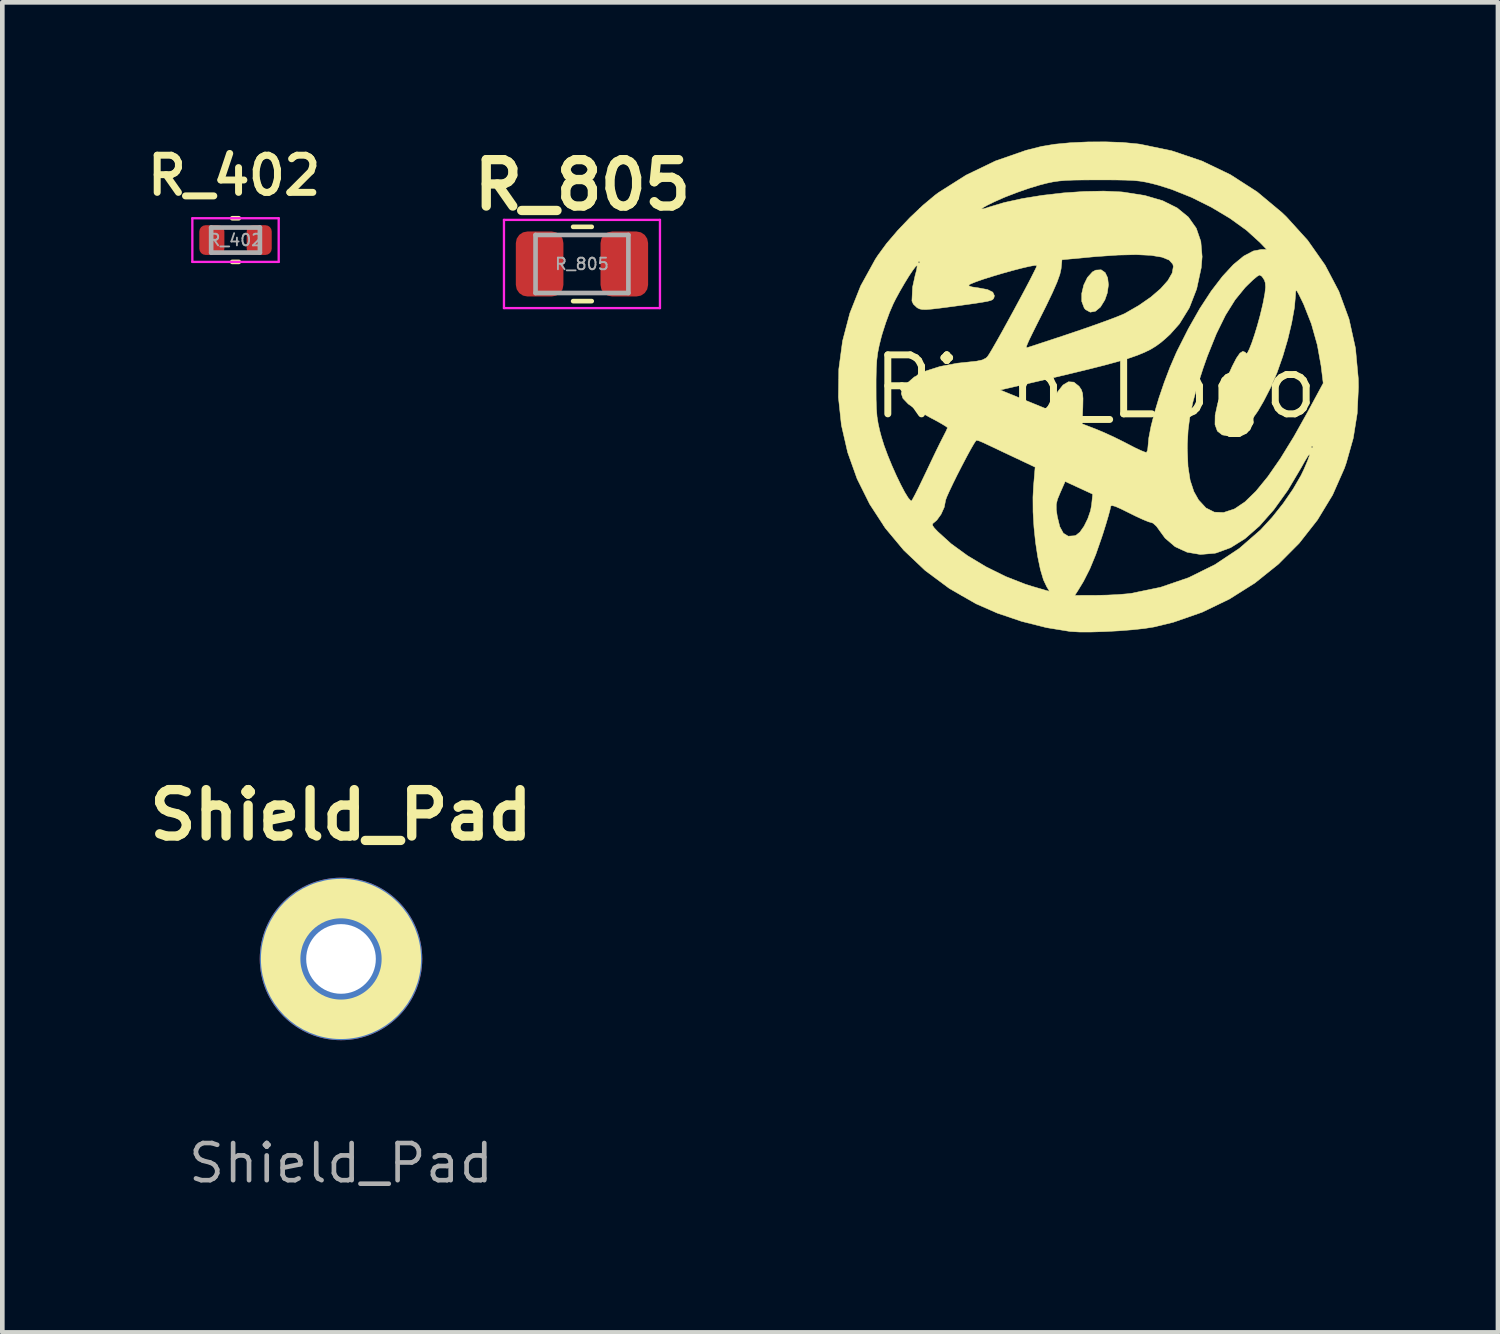
<source format=kicad_pcb>
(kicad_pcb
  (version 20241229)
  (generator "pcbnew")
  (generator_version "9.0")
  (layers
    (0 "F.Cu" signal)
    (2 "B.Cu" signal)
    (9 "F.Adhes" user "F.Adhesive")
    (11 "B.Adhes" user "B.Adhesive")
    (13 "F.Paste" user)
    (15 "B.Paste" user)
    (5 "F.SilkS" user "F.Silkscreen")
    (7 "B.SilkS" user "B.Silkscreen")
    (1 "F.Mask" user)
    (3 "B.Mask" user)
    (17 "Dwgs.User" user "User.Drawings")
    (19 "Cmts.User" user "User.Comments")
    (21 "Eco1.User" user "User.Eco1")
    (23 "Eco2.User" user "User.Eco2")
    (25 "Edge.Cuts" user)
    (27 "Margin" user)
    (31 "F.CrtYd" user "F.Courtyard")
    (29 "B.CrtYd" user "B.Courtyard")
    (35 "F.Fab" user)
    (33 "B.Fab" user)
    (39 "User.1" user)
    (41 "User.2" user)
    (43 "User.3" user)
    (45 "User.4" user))
  (footprint "R_402"
    (layer "F.Cu")
    (at 2.023 2.121)
    (property "Reference" "R_402" (at -0.03 -1.39 0) (unlocked yes) (layer "F.SilkS") (effects (font (size 0.8 0.8) (thickness 0.15))))
    (attr smd)
    (fp_line (start -0.07 -0.47) (end 0.07 -0.47) (stroke (width 0.1) (type solid)) (layer "F.SilkS"))
    (fp_line (start -0.07 0.47) (end 0.07 0.47) (stroke (width 0.1) (type solid)) (layer "F.SilkS"))
    (fp_line (start -0.93 -0.47) (end 0.93 -0.47) (stroke (width 0.05) (type solid)) (layer "F.CrtYd"))
    (fp_line (start -0.93 0.47) (end -0.93 -0.47) (stroke (width 0.05) (type solid)) (layer "F.CrtYd"))
    (fp_line (start 0.93 -0.47) (end 0.93 0.47) (stroke (width 0.05) (type solid)) (layer "F.CrtYd"))
    (fp_line (start 0.93 0.47) (end -0.93 0.47) (stroke (width 0.05) (type solid)) (layer "F.CrtYd"))
    (fp_line (start -0.525 -0.27) (end 0.525 -0.27) (stroke (width 0.1) (type solid)) (layer "F.Fab"))
    (fp_line (start -0.525 0.27) (end -0.525 -0.27) (stroke (width 0.1) (type solid)) (layer "F.Fab"))
    (fp_line (start 0.525 -0.27) (end 0.525 0.27) (stroke (width 0.1) (type solid)) (layer "F.Fab"))
    (fp_line (start 0.525 0.27) (end -0.525 0.27) (stroke (width 0.1) (type solid)) (layer "F.Fab"))
    (fp_text user "${REFERENCE}" (at 0 0 0) (layer "F.Fab") (effects (font (size 0.25 0.25) (thickness 0.04))))
    (pad "1" smd roundrect (at -0.51 0) (size 0.54 0.64) (layers "F.Cu" "F.Mask" "F.Paste") (roundrect_rratio 0.25))
    (pad "2" smd roundrect (at 0.51 0) (size 0.54 0.64) (layers "F.Cu" "F.Mask" "F.Paste") (roundrect_rratio 0.25)))
  (footprint "Shield_Pad"
    (layer "F.Cu")
    (at 4.295 17.605)
    (property "Reference" "Shield_Pad" (at 0 -3.1 0) (unlocked yes) (layer "F.SilkS") (effects (font (size 1 1) (thickness 0.2))))
    (attr through_hole)
    (fp_circle (center 0 0) (end 1.3 0) (stroke (width 0.85) (type solid)) (fill no) (layer "F.SilkS"))
    (fp_text user "${REFERENCE}" (at 0 4.4 0) (unlocked yes) (layer "F.Fab") (effects (font (size 0.8 0.8) (thickness 0.1))))
    (pad "1" thru_hole circle (at 0 0 90) (size 3.5 3.5) (drill 1.5) (layers "*.Cu" "B.Mask")))
  (footprint "R_805"
    (layer "F.Cu")
    (at 9.495 2.636)
    (property "Reference" "R_805" (at 0 -1.7 0) (unlocked yes) (layer "F.SilkS") (effects (font (size 1 1) (thickness 0.2))))
    (attr smd)
    (fp_line (start -0.2 -0.8) (end 0.2 -0.8) (stroke (width 0.1) (type solid)) (layer "F.SilkS"))
    (fp_line (start -0.2 0.8) (end 0.2 0.8) (stroke (width 0.1) (type solid)) (layer "F.SilkS"))
    (fp_line (start -1.69 -0.95) (end 1.67 -0.95) (stroke (width 0.05) (type solid)) (layer "F.CrtYd"))
    (fp_line (start -1.69 0.95) (end -1.69 -0.95) (stroke (width 0.05) (type solid)) (layer "F.CrtYd"))
    (fp_line (start 1.67 -0.95) (end 1.67 0.95) (stroke (width 0.05) (type solid)) (layer "F.CrtYd"))
    (fp_line (start 1.67 0.95) (end -1.69 0.95) (stroke (width 0.05) (type solid)) (layer "F.CrtYd"))
    (fp_line (start -1.01 -0.625) (end 0.99 -0.625) (stroke (width 0.1) (type solid)) (layer "F.Fab"))
    (fp_line (start -1.01 0.625) (end -1.01 -0.625) (stroke (width 0.1) (type solid)) (layer "F.Fab"))
    (fp_line (start 0.99 -0.625) (end 0.99 0.625) (stroke (width 0.1) (type solid)) (layer "F.Fab"))
    (fp_line (start 0.99 0.625) (end -1.01 0.625) (stroke (width 0.1) (type solid)) (layer "F.Fab"))
    (fp_text user "${REFERENCE}" (at -0.01 0 0) (layer "F.Fab") (effects (font (size 0.25 0.25) (thickness 0.04))))
    (pad "1" smd roundrect (at -0.922 0) (size 1.025 1.4) (layers "F.Cu" "F.Mask" "F.Paste") (roundrect_rratio 0.244))
    (pad "2" smd roundrect (at 0.902 0) (size 1.025 1.4) (layers "F.Cu" "F.Mask" "F.Paste") (roundrect_rratio 0.244)))
  (footprint "Rico_Logo"
    (layer "F.Cu")
    (at 20.548 5.284)
    (property "Reference" "Rico_Logo" (at 0 0 0) (layer "F.SilkS") (effects (font (size 1.27 1.27) (thickness 0.15))))
    (attr through_hole)
    (fp_poly (pts (xy 0.206 -2.463) (xy 0.26 -2.35) (xy 0.277 -2.199) (xy 0.252 -2.023) (xy 0.2 -1.874) (xy 0.105 -1.72) (xy -0.004 -1.63) (xy -0.115 -1.61) (xy -0.216 -1.665) (xy -0.245 -1.7) (xy -0.298 -1.841) (xy -0.298 -2.014) (xy -0.255 -2.195) (xy -0.176 -2.357) (xy -0.068 -2.477) (xy 0.004 -2.516) (xy 0.119 -2.523) (xy 0.206 -2.463)) (stroke (width 0.01) (type solid)) (fill yes) (layer "F.SilkS"))
    (fp_poly (pts (xy 0.581 -5.266) (xy 0.905 -5.235) (xy 0.958 -5.228) (xy 1.641 -5.086) (xy 2.291 -4.866) (xy 2.905 -4.571) (xy 3.48 -4.201) (xy 4.011 -3.758) (xy 4.114 -3.659) (xy 4.568 -3.158) (xy 4.943 -2.624) (xy 5.24 -2.059) (xy 5.459 -1.462) (xy 5.598 -0.834) (xy 5.659 -0.175) (xy 5.662 0.004) (xy 5.635 0.572) (xy 5.55 1.104) (xy 5.401 1.632) (xy 5.359 1.753) (xy 5.106 2.326) (xy 4.779 2.865) (xy 4.387 3.365) (xy 3.936 3.819) (xy 3.432 4.223) (xy 2.883 4.569) (xy 2.295 4.853) (xy 1.675 5.069) (xy 1.255 5.171) (xy 1.052 5.203) (xy 0.792 5.231) (xy 0.499 5.254) (xy 0.197 5.27) (xy -0.093 5.279) (xy -0.345 5.279) (xy -0.538 5.268) (xy -0.544 5.268) (xy -1.059 5.184) (xy -1.595 5.049) (xy -2.117 4.872) (xy -2.573 4.672) (xy -2.891 4.49) (xy -0.448 4.49) (xy 0.012 4.489) (xy 0.241 4.484) (xy 0.476 4.473) (xy 0.682 4.456) (xy 0.769 4.446) (xy 1.401 4.315) (xy 2.004 4.108) (xy 2.572 3.827) (xy 3.096 3.478) (xy 3.554 3.079) (xy 3.802 2.81) (xy 4.041 2.51) (xy 4.254 2.2) (xy 4.425 1.906) (xy 4.487 1.777) (xy 4.566 1.591) (xy 4.606 1.481) (xy 4.609 1.446) (xy 4.575 1.486) (xy 4.504 1.603) (xy 4.429 1.738) (xy 4.139 2.227) (xy 3.838 2.646) (xy 3.531 2.994) (xy 3.22 3.267) (xy 2.909 3.462) (xy 2.599 3.576) (xy 2.566 3.583) (xy 2.258 3.609) (xy 1.97 3.56) (xy 1.712 3.441) (xy 1.497 3.257) (xy 1.389 3.109) (xy 1.312 3.002) (xy 1.238 2.935) (xy 1.205 2.923) (xy 1.14 2.905) (xy 1.018 2.855) (xy 0.86 2.782) (xy 0.729 2.717) (xy 0.545 2.626) (xy 0.424 2.573) (xy 0.354 2.555) (xy 0.326 2.568) (xy 0.324 2.581) (xy 0.311 2.645) (xy 0.277 2.772) (xy 0.225 2.948) (xy 0.161 3.154) (xy 0.133 3.239) (xy 0.004 3.61) (xy -0.124 3.92) (xy -0.261 4.19) (xy -0.385 4.394) (xy -0.448 4.49) (xy -2.891 4.49) (xy -3.151 4.34) (xy -3.672 3.953) (xy -4.132 3.517) (xy -4.531 3.039) (xy -4.569 2.98) (xy -3.515 2.98) (xy -3.474 3.038) (xy -3.399 3.117) (xy -3.109 3.38) (xy -2.755 3.637) (xy -2.358 3.875) (xy -1.938 4.083) (xy -1.517 4.248) (xy -1.369 4.295) (xy -1.208 4.342) (xy -1.081 4.379) (xy -1.008 4.4) (xy -0.998 4.403) (xy -1.009 4.374) (xy -1.051 4.307) (xy -1.123 4.154) (xy -1.189 3.932) (xy -1.246 3.659) (xy -1.293 3.35) (xy -1.327 3.023) (xy -1.347 2.692) (xy -1.348 2.53) (xy -0.847 2.53) (xy -0.846 2.646) (xy -0.825 2.791) (xy -0.771 3.01) (xy -0.694 3.151) (xy -0.589 3.215) (xy -0.455 3.206) (xy -0.422 3.195) (xy -0.337 3.127) (xy -0.248 3) (xy -0.168 2.838) (xy -0.109 2.666) (xy -0.086 2.542) (xy -0.062 2.31) (xy -0.358 2.173) (xy -0.655 2.036) (xy -0.762 2.279) (xy -0.821 2.421) (xy -0.847 2.53) (xy -1.348 2.53) (xy -1.349 2.376) (xy -1.337 2.146) (xy -1.302 1.728) (xy -1.791 1.497) (xy -1.991 1.403) (xy -2.175 1.315) (xy -2.324 1.245) (xy -2.417 1.201) (xy -2.419 1.2) (xy -2.513 1.161) (xy -2.568 1.149) (xy -2.571 1.15) (xy -2.619 1.221) (xy -2.692 1.347) (xy -2.782 1.513) (xy -2.881 1.702) (xy -2.982 1.899) (xy -3.075 2.088) (xy -3.153 2.252) (xy -3.208 2.376) (xy -3.232 2.444) (xy -3.232 2.447) (xy -3.259 2.59) (xy -3.328 2.743) (xy -3.418 2.868) (xy -3.458 2.903) (xy -3.507 2.943) (xy -3.515 2.98) (xy -4.569 2.98) (xy -4.866 2.524) (xy -5.137 1.979) (xy -5.34 1.41) (xy -5.475 0.822) (xy -5.539 0.223) (xy -5.536 0.002) (xy -4.728 0.002) (xy -4.727 0.269) (xy -4.72 0.474) (xy -4.707 0.641) (xy -4.683 0.791) (xy -4.648 0.948) (xy -4.613 1.079) (xy -4.556 1.261) (xy -4.479 1.469) (xy -4.389 1.689) (xy -4.293 1.905) (xy -4.197 2.104) (xy -4.109 2.271) (xy -4.034 2.392) (xy -3.979 2.453) (xy -3.967 2.458) (xy -3.943 2.421) (xy -3.889 2.321) (xy -3.813 2.17) (xy -3.721 1.979) (xy -3.651 1.833) (xy -3.545 1.609) (xy -3.445 1.4) (xy -3.359 1.224) (xy -3.295 1.098) (xy -3.273 1.055) (xy -3.221 0.953) (xy -3.192 0.887) (xy -3.19 0.877) (xy -3.225 0.849) (xy -3.319 0.792) (xy -3.457 0.715) (xy -3.56 0.661) (xy -3.838 0.505) (xy -4.035 0.367) (xy -4.15 0.246) (xy -4.185 0.143) (xy -4.18 0.115) (xy -4.081 -0.061) (xy -3.905 -0.214) (xy -3.659 -0.342) (xy -3.348 -0.441) (xy -2.978 -0.511) (xy -2.746 -0.535) (xy -2.561 -0.555) (xy -2.44 -0.581) (xy -2.363 -0.62) (xy -2.33 -0.65) (xy -2.291 -0.708) (xy -2.221 -0.825) (xy -2.206 -0.851) (xy -1.491 -0.851) (xy -1.482 -0.844) (xy -1.481 -0.844) (xy -1.439 -0.857) (xy -1.327 -0.893) (xy -1.158 -0.949) (xy -0.942 -1.02) (xy -0.691 -1.103) (xy -0.518 -1.161) (xy -0.237 -1.257) (xy 0.029 -1.35) (xy 0.266 -1.436) (xy 0.458 -1.509) (xy 0.592 -1.564) (xy 0.633 -1.583) (xy 0.932 -1.755) (xy 1.191 -1.935) (xy 1.401 -2.116) (xy 1.557 -2.291) (xy 1.65 -2.453) (xy 1.675 -2.594) (xy 1.663 -2.645) (xy 1.585 -2.732) (xy 1.429 -2.795) (xy 1.193 -2.834) (xy 0.877 -2.849) (xy 0.481 -2.84) (xy 0.004 -2.807) (xy -0.105 -2.797) (xy -0.724 -2.739) (xy -0.743 -2.543) (xy -0.769 -2.426) (xy -0.829 -2.258) (xy -0.927 -2.034) (xy -1.065 -1.746) (xy -1.129 -1.618) (xy -1.261 -1.356) (xy -1.358 -1.161) (xy -1.426 -1.022) (xy -1.467 -0.93) (xy -1.488 -0.876) (xy -1.491 -0.851) (xy -2.206 -0.851) (xy -2.127 -0.989) (xy -2.016 -1.187) (xy -1.894 -1.409) (xy -1.766 -1.643) (xy -1.641 -1.875) (xy -1.523 -2.095) (xy -1.42 -2.291) (xy -1.339 -2.451) (xy -1.284 -2.562) (xy -1.264 -2.614) (xy -1.264 -2.616) (xy -1.315 -2.617) (xy -1.43 -2.596) (xy -1.593 -2.558) (xy -1.789 -2.507) (xy -2 -2.448) (xy -2.212 -2.385) (xy -2.407 -2.324) (xy -2.57 -2.267) (xy -2.685 -2.221) (xy -2.722 -2.202) (xy -2.73 -2.176) (xy -2.663 -2.154) (xy -2.521 -2.133) (xy -2.327 -2.097) (xy -2.214 -2.041) (xy -2.179 -1.965) (xy -2.188 -1.926) (xy -2.2 -1.9) (xy -2.221 -1.879) (xy -2.261 -1.861) (xy -2.333 -1.843) (xy -2.446 -1.823) (xy -2.613 -1.797) (xy -2.843 -1.765) (xy -3.076 -1.733) (xy -3.329 -1.7) (xy -3.513 -1.678) (xy -3.642 -1.667) (xy -3.729 -1.668) (xy -3.788 -1.679) (xy -3.834 -1.701) (xy -3.848 -1.71) (xy -3.925 -1.783) (xy -3.956 -1.851) (xy -3.942 -2.15) (xy -3.886 -2.404) (xy -3.855 -2.52) (xy -3.843 -2.598) (xy -3.845 -2.615) (xy -3.876 -2.593) (xy -3.938 -2.511) (xy -4.022 -2.385) (xy -4.117 -2.23) (xy -4.215 -2.061) (xy -4.306 -1.894) (xy -4.359 -1.788) (xy -4.438 -1.605) (xy -4.521 -1.378) (xy -4.595 -1.147) (xy -4.617 -1.069) (xy -4.661 -0.892) (xy -4.692 -0.736) (xy -4.712 -0.579) (xy -4.723 -0.396) (xy -4.728 -0.166) (xy -4.728 0.002) (xy -5.536 0.002) (xy -5.531 -0.383) (xy -5.45 -0.989) (xy -5.293 -1.588) (xy -5.06 -2.176) (xy -4.779 -2.686) (xy -3.825 -2.686) (xy -3.803 -2.665) (xy -3.782 -2.686) (xy -3.803 -2.707) (xy -3.825 -2.686) (xy -4.779 -2.686) (xy -4.747 -2.745) (xy -4.691 -2.831) (xy -4.503 -3.088) (xy -4.264 -3.368) (xy -3.996 -3.65) (xy -3.8 -3.835) (xy -2.457 -3.835) (xy -2.436 -3.831) (xy -2.347 -3.856) (xy -2.3 -3.872) (xy -1.97 -3.971) (xy -1.578 -4.057) (xy -1.146 -4.127) (xy -0.695 -4.179) (xy -0.248 -4.21) (xy 0.175 -4.218) (xy 0.55 -4.201) (xy 0.598 -4.196) (xy 1.058 -4.124) (xy 1.445 -4.011) (xy 1.758 -3.855) (xy 1.999 -3.658) (xy 2.169 -3.418) (xy 2.267 -3.134) (xy 2.295 -2.805) (xy 2.275 -2.564) (xy 2.177 -2.11) (xy 2.02 -1.705) (xy 1.805 -1.357) (xy 1.607 -1.135) (xy 1.504 -1.04) (xy 1.405 -0.956) (xy 1.301 -0.88) (xy 1.187 -0.81) (xy 1.054 -0.745) (xy 0.896 -0.68) (xy 0.705 -0.614) (xy 0.475 -0.545) (xy 0.199 -0.47) (xy -0.132 -0.386) (xy -0.523 -0.291) (xy -0.982 -0.182) (xy -1.517 -0.058) (xy -1.553 -0.05) (xy -2.054 0.066) (xy -1.524 0.283) (xy -0.993 0.5) (xy -0.924 0.325) (xy -0.817 0.105) (xy -0.702 -0.041) (xy -0.584 -0.111) (xy -0.468 -0.103) (xy -0.357 -0.014) (xy -0.352 -0.008) (xy -0.306 0.061) (xy -0.28 0.139) (xy -0.271 0.25) (xy -0.274 0.417) (xy -0.275 0.452) (xy -0.29 0.795) (xy 0.007 0.909) (xy 0.181 0.982) (xy 0.393 1.079) (xy 0.607 1.185) (xy 0.684 1.225) (xy 0.846 1.309) (xy 0.981 1.372) (xy 1.07 1.407) (xy 1.097 1.411) (xy 1.121 1.361) (xy 1.122 1.351) (xy 1.976 1.351) (xy 1.991 1.715) (xy 2.037 2.012) (xy 2.117 2.254) (xy 2.219 2.435) (xy 2.378 2.607) (xy 2.557 2.697) (xy 2.757 2.705) (xy 2.98 2.632) (xy 3.003 2.621) (xy 3.22 2.474) (xy 3.455 2.245) (xy 3.709 1.934) (xy 3.982 1.541) (xy 4.134 1.294) (xy 4.642 1.294) (xy 4.663 1.315) (xy 4.684 1.294) (xy 4.663 1.272) (xy 4.642 1.294) (xy 4.134 1.294) (xy 4.274 1.066) (xy 4.555 0.564) (xy 4.903 -0.08) (xy 4.857 -0.454) (xy 4.776 -0.904) (xy 4.648 -1.359) (xy 4.483 -1.778) (xy 4.454 -1.839) (xy 4.382 -1.985) (xy 4.339 -2.063) (xy 4.317 -2.079) (xy 4.309 -2.041) (xy 4.307 -1.982) (xy 4.283 -1.707) (xy 4.224 -1.38) (xy 4.139 -1.023) (xy 4.032 -0.66) (xy 3.91 -0.312) (xy 3.778 -0.004) (xy 3.753 0.048) (xy 3.617 0.312) (xy 3.497 0.518) (xy 3.381 0.684) (xy 3.254 0.833) (xy 3.209 0.881) (xy 3.091 0.99) (xy 2.994 1.045) (xy 2.892 1.061) (xy 2.885 1.061) (xy 2.727 1.033) (xy 2.623 0.951) (xy 2.572 0.81) (xy 2.575 0.61) (xy 2.632 0.35) (xy 2.742 0.026) (xy 2.829 -0.188) (xy 2.942 -0.442) (xy 3.034 -0.62) (xy 3.109 -0.727) (xy 3.171 -0.767) (xy 3.223 -0.747) (xy 3.244 -0.719) (xy 3.27 -0.732) (xy 3.311 -0.813) (xy 3.364 -0.947) (xy 3.423 -1.121) (xy 3.484 -1.321) (xy 3.542 -1.532) (xy 3.592 -1.739) (xy 3.611 -1.824) (xy 3.647 -2.017) (xy 3.661 -2.149) (xy 3.655 -2.241) (xy 3.636 -2.301) (xy 3.583 -2.381) (xy 3.533 -2.411) (xy 3.481 -2.382) (xy 3.389 -2.305) (xy 3.273 -2.193) (xy 3.22 -2.14) (xy 3.005 -1.876) (xy 2.799 -1.546) (xy 2.601 -1.143) (xy 2.408 -0.663) (xy 2.317 -0.406) (xy 2.189 -0.01) (xy 2.095 0.33) (xy 2.031 0.636) (xy 1.993 0.929) (xy 1.977 1.228) (xy 1.976 1.351) (xy 1.122 1.351) (xy 1.128 1.289) (xy 1.146 1.099) (xy 1.194 0.849) (xy 1.269 0.556) (xy 1.365 0.236) (xy 1.478 -0.095) (xy 1.601 -0.419) (xy 1.731 -0.72) (xy 1.755 -0.772) (xy 1.999 -1.255) (xy 2.245 -1.688) (xy 2.491 -2.065) (xy 2.733 -2.381) (xy 2.967 -2.634) (xy 3.19 -2.818) (xy 3.397 -2.928) (xy 3.569 -2.961) (xy 3.685 -2.961) (xy 3.539 -3.113) (xy 3.25 -3.375) (xy 2.895 -3.631) (xy 2.495 -3.87) (xy 2.07 -4.082) (xy 1.638 -4.255) (xy 1.357 -4.344) (xy 1.209 -4.383) (xy 1.08 -4.412) (xy 0.955 -4.433) (xy 0.815 -4.447) (xy 0.644 -4.454) (xy 0.426 -4.458) (xy 0.144 -4.459) (xy 0.07 -4.459) (xy -0.231 -4.458) (xy -0.464 -4.455) (xy -0.645 -4.448) (xy -0.792 -4.435) (xy -0.921 -4.416) (xy -1.049 -4.389) (xy -1.191 -4.352) (xy -1.2 -4.35) (xy -1.431 -4.28) (xy -1.692 -4.189) (xy -1.936 -4.095) (xy -2 -4.068) (xy -2.182 -3.987) (xy -2.324 -3.918) (xy -2.417 -3.866) (xy -2.457 -3.835) (xy -3.8 -3.835) (xy -3.719 -3.912) (xy -3.456 -4.132) (xy -3.383 -4.186) (xy -2.791 -4.561) (xy -2.157 -4.867) (xy -1.496 -5.097) (xy -1.158 -5.182) (xy -0.877 -5.228) (xy -0.538 -5.26) (xy -0.165 -5.277) (xy 0.216 -5.279) (xy 0.581 -5.266)) (stroke (width 0.01) (type solid)) (fill yes) (layer "F.SilkS")))
  (gr_rect
    (start -3 -3)
    (end 29.215 25.648)
    (stroke (width 0.1) (type default))
    (fill no)
    (layer "Edge.Cuts")))
</source>
